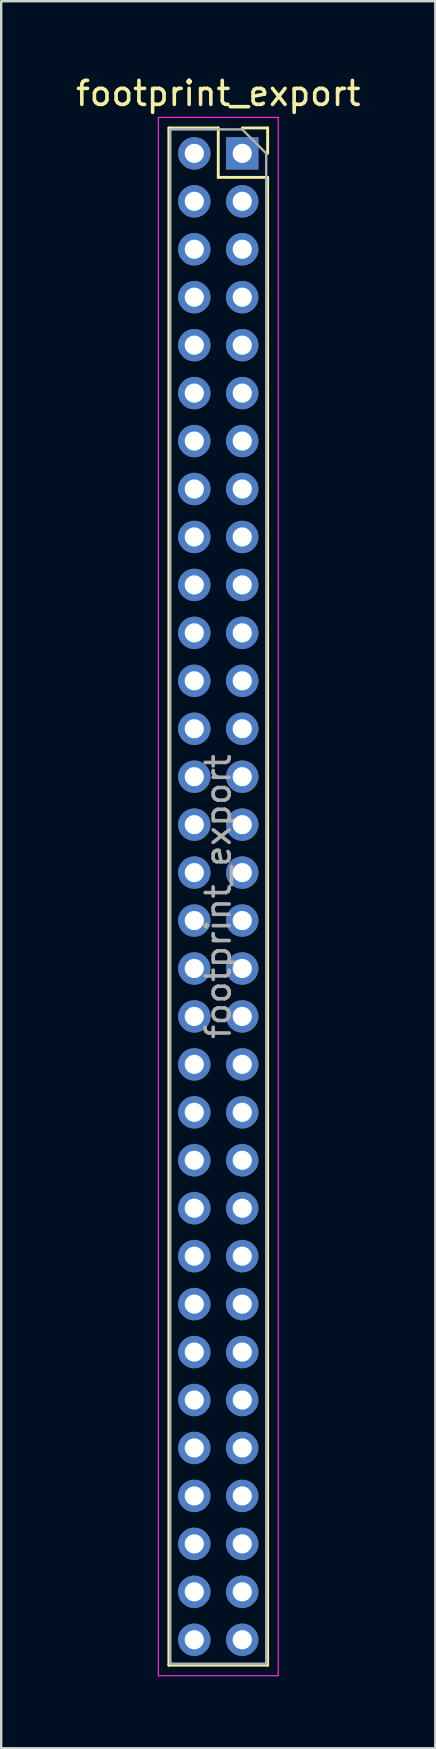
<source format=kicad_pcb>
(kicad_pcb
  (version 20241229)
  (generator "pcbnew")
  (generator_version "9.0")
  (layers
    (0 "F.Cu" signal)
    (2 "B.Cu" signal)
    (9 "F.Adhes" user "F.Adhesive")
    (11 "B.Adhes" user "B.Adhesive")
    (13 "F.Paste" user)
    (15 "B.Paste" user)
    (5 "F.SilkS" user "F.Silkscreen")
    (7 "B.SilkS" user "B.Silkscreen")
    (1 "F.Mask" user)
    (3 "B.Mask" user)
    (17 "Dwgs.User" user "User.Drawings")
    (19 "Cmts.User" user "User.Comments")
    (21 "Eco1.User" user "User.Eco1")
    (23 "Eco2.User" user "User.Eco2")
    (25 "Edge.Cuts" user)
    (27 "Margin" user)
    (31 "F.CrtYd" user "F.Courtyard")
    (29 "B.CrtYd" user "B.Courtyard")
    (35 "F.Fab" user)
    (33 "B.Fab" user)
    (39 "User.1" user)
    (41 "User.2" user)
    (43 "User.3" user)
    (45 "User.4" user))
  (footprint "footprint_export"
    (layer "F.Cu")
    (at 7.054 3.348)
    (property "Reference" "footprint_export" (at -1 -2.5 0) (layer "F.SilkS") (effects (font (size 1 1) (thickness 0.15))))
    (attr through_hole)
    (fp_line (start -3.06 -1.06) (end -3.06 63.06) (stroke (width 0.12) (type solid)) (layer "F.SilkS"))
    (fp_line (start -3.06 -1.06) (end -1 -1.06) (stroke (width 0.12) (type solid)) (layer "F.SilkS"))
    (fp_line (start -3.06 63.06) (end 1.06 63.06) (stroke (width 0.12) (type solid)) (layer "F.SilkS"))
    (fp_line (start -1 -1.06) (end -1 1) (stroke (width 0.12) (type solid)) (layer "F.SilkS"))
    (fp_line (start -1 1) (end 1.06 1) (stroke (width 0.12) (type solid)) (layer "F.SilkS"))
    (fp_line (start 0 -1.06) (end 1.06 -1.06) (stroke (width 0.12) (type solid)) (layer "F.SilkS"))
    (fp_line (start 1.06 -1.06) (end 1.06 0) (stroke (width 0.12) (type solid)) (layer "F.SilkS"))
    (fp_line (start 1.06 1) (end 1.06 63.06) (stroke (width 0.12) (type solid)) (layer "F.SilkS"))
    (fp_line (start -3.5 -1.5) (end 1.5 -1.5) (stroke (width 0.05) (type solid)) (layer "F.CrtYd"))
    (fp_line (start -3.5 63.5) (end -3.5 -1.5) (stroke (width 0.05) (type solid)) (layer "F.CrtYd"))
    (fp_line (start 1.5 -1.5) (end 1.5 63.5) (stroke (width 0.05) (type solid)) (layer "F.CrtYd"))
    (fp_line (start 1.5 63.5) (end -3.5 63.5) (stroke (width 0.05) (type solid)) (layer "F.CrtYd"))
    (fp_line (start -3 -1) (end 0 -1) (stroke (width 0.1) (type solid)) (layer "F.Fab"))
    (fp_line (start -3 63) (end -3 -1) (stroke (width 0.1) (type solid)) (layer "F.Fab"))
    (fp_line (start 0 -1) (end 1 0) (stroke (width 0.1) (type solid)) (layer "F.Fab"))
    (fp_line (start 1 0) (end 1 63) (stroke (width 0.1) (type solid)) (layer "F.Fab"))
    (fp_line (start 1 63) (end -3 63) (stroke (width 0.1) (type solid)) (layer "F.Fab"))
    (fp_text user "${REFERENCE}" (at -1 31 90) (layer "F.Fab") (effects (font (size 1 1) (thickness 0.15))))
    (pad "1" thru_hole rect (at 0 0) (size 1.35 1.35) (drill 0.8) (layers "*.Cu" "*.Mask"))
    (pad "2" thru_hole oval (at -2 0) (size 1.35 1.35) (drill 0.8) (layers "*.Cu" "*.Mask"))
    (pad "3" thru_hole oval (at 0 2) (size 1.35 1.35) (drill 0.8) (layers "*.Cu" "*.Mask"))
    (pad "4" thru_hole oval (at -2 2) (size 1.35 1.35) (drill 0.8) (layers "*.Cu" "*.Mask"))
    (pad "5" thru_hole oval (at 0 4) (size 1.35 1.35) (drill 0.8) (layers "*.Cu" "*.Mask"))
    (pad "6" thru_hole oval (at -2 4) (size 1.35 1.35) (drill 0.8) (layers "*.Cu" "*.Mask"))
    (pad "7" thru_hole oval (at 0 6) (size 1.35 1.35) (drill 0.8) (layers "*.Cu" "*.Mask"))
    (pad "8" thru_hole oval (at -2 6) (size 1.35 1.35) (drill 0.8) (layers "*.Cu" "*.Mask"))
    (pad "9" thru_hole oval (at 0 8) (size 1.35 1.35) (drill 0.8) (layers "*.Cu" "*.Mask"))
    (pad "10" thru_hole oval (at -2 8) (size 1.35 1.35) (drill 0.8) (layers "*.Cu" "*.Mask"))
    (pad "11" thru_hole oval (at 0 10) (size 1.35 1.35) (drill 0.8) (layers "*.Cu" "*.Mask"))
    (pad "12" thru_hole oval (at -2 10) (size 1.35 1.35) (drill 0.8) (layers "*.Cu" "*.Mask"))
    (pad "13" thru_hole oval (at 0 12) (size 1.35 1.35) (drill 0.8) (layers "*.Cu" "*.Mask"))
    (pad "14" thru_hole oval (at -2 12) (size 1.35 1.35) (drill 0.8) (layers "*.Cu" "*.Mask"))
    (pad "15" thru_hole oval (at 0 14) (size 1.35 1.35) (drill 0.8) (layers "*.Cu" "*.Mask"))
    (pad "16" thru_hole oval (at -2 14) (size 1.35 1.35) (drill 0.8) (layers "*.Cu" "*.Mask"))
    (pad "17" thru_hole oval (at 0 16) (size 1.35 1.35) (drill 0.8) (layers "*.Cu" "*.Mask"))
    (pad "18" thru_hole oval (at -2 16) (size 1.35 1.35) (drill 0.8) (layers "*.Cu" "*.Mask"))
    (pad "19" thru_hole oval (at 0 18) (size 1.35 1.35) (drill 0.8) (layers "*.Cu" "*.Mask"))
    (pad "20" thru_hole oval (at -2 18) (size 1.35 1.35) (drill 0.8) (layers "*.Cu" "*.Mask"))
    (pad "21" thru_hole oval (at 0 20) (size 1.35 1.35) (drill 0.8) (layers "*.Cu" "*.Mask"))
    (pad "22" thru_hole oval (at -2 20) (size 1.35 1.35) (drill 0.8) (layers "*.Cu" "*.Mask"))
    (pad "23" thru_hole oval (at 0 22) (size 1.35 1.35) (drill 0.8) (layers "*.Cu" "*.Mask"))
    (pad "24" thru_hole oval (at -2 22) (size 1.35 1.35) (drill 0.8) (layers "*.Cu" "*.Mask"))
    (pad "25" thru_hole oval (at 0 24) (size 1.35 1.35) (drill 0.8) (layers "*.Cu" "*.Mask"))
    (pad "26" thru_hole oval (at -2 24) (size 1.35 1.35) (drill 0.8) (layers "*.Cu" "*.Mask"))
    (pad "27" thru_hole oval (at 0 26) (size 1.35 1.35) (drill 0.8) (layers "*.Cu" "*.Mask"))
    (pad "28" thru_hole oval (at -2 26) (size 1.35 1.35) (drill 0.8) (layers "*.Cu" "*.Mask"))
    (pad "29" thru_hole oval (at 0 28) (size 1.35 1.35) (drill 0.8) (layers "*.Cu" "*.Mask"))
    (pad "30" thru_hole oval (at -2 28) (size 1.35 1.35) (drill 0.8) (layers "*.Cu" "*.Mask"))
    (pad "31" thru_hole oval (at 0 30) (size 1.35 1.35) (drill 0.8) (layers "*.Cu" "*.Mask"))
    (pad "32" thru_hole oval (at -2 30) (size 1.35 1.35) (drill 0.8) (layers "*.Cu" "*.Mask"))
    (pad "33" thru_hole oval (at 0 32) (size 1.35 1.35) (drill 0.8) (layers "*.Cu" "*.Mask"))
    (pad "34" thru_hole oval (at -2 32) (size 1.35 1.35) (drill 0.8) (layers "*.Cu" "*.Mask"))
    (pad "35" thru_hole oval (at 0 34) (size 1.35 1.35) (drill 0.8) (layers "*.Cu" "*.Mask"))
    (pad "36" thru_hole oval (at -2 34) (size 1.35 1.35) (drill 0.8) (layers "*.Cu" "*.Mask"))
    (pad "37" thru_hole oval (at 0 36) (size 1.35 1.35) (drill 0.8) (layers "*.Cu" "*.Mask"))
    (pad "38" thru_hole oval (at -2 36) (size 1.35 1.35) (drill 0.8) (layers "*.Cu" "*.Mask"))
    (pad "39" thru_hole oval (at 0 38) (size 1.35 1.35) (drill 0.8) (layers "*.Cu" "*.Mask"))
    (pad "40" thru_hole oval (at -2 38) (size 1.35 1.35) (drill 0.8) (layers "*.Cu" "*.Mask"))
    (pad "41" thru_hole oval (at 0 40) (size 1.35 1.35) (drill 0.8) (layers "*.Cu" "*.Mask"))
    (pad "42" thru_hole oval (at -2 40) (size 1.35 1.35) (drill 0.8) (layers "*.Cu" "*.Mask"))
    (pad "43" thru_hole oval (at 0 42) (size 1.35 1.35) (drill 0.8) (layers "*.Cu" "*.Mask"))
    (pad "44" thru_hole oval (at -2 42) (size 1.35 1.35) (drill 0.8) (layers "*.Cu" "*.Mask"))
    (pad "45" thru_hole oval (at 0 44) (size 1.35 1.35) (drill 0.8) (layers "*.Cu" "*.Mask"))
    (pad "46" thru_hole oval (at -2 44) (size 1.35 1.35) (drill 0.8) (layers "*.Cu" "*.Mask"))
    (pad "47" thru_hole oval (at 0 46) (size 1.35 1.35) (drill 0.8) (layers "*.Cu" "*.Mask"))
    (pad "48" thru_hole oval (at -2 46) (size 1.35 1.35) (drill 0.8) (layers "*.Cu" "*.Mask"))
    (pad "49" thru_hole oval (at 0 48) (size 1.35 1.35) (drill 0.8) (layers "*.Cu" "*.Mask"))
    (pad "50" thru_hole oval (at -2 48) (size 1.35 1.35) (drill 0.8) (layers "*.Cu" "*.Mask"))
    (pad "51" thru_hole oval (at 0 50) (size 1.35 1.35) (drill 0.8) (layers "*.Cu" "*.Mask"))
    (pad "52" thru_hole oval (at -2 50) (size 1.35 1.35) (drill 0.8) (layers "*.Cu" "*.Mask"))
    (pad "53" thru_hole oval (at 0 52) (size 1.35 1.35) (drill 0.8) (layers "*.Cu" "*.Mask"))
    (pad "54" thru_hole oval (at -2 52) (size 1.35 1.35) (drill 0.8) (layers "*.Cu" "*.Mask"))
    (pad "55" thru_hole oval (at 0 54) (size 1.35 1.35) (drill 0.8) (layers "*.Cu" "*.Mask"))
    (pad "56" thru_hole oval (at -2 54) (size 1.35 1.35) (drill 0.8) (layers "*.Cu" "*.Mask"))
    (pad "57" thru_hole oval (at 0 56) (size 1.35 1.35) (drill 0.8) (layers "*.Cu" "*.Mask"))
    (pad "58" thru_hole oval (at -2 56) (size 1.35 1.35) (drill 0.8) (layers "*.Cu" "*.Mask"))
    (pad "59" thru_hole oval (at 0 58) (size 1.35 1.35) (drill 0.8) (layers "*.Cu" "*.Mask"))
    (pad "60" thru_hole oval (at -2 58) (size 1.35 1.35) (drill 0.8) (layers "*.Cu" "*.Mask"))
    (pad "61" thru_hole oval (at 0 60) (size 1.35 1.35) (drill 0.8) (layers "*.Cu" "*.Mask"))
    (pad "62" thru_hole oval (at -2 60) (size 1.35 1.35) (drill 0.8) (layers "*.Cu" "*.Mask"))
    (pad "63" thru_hole oval (at 0 62) (size 1.35 1.35) (drill 0.8) (layers "*.Cu" "*.Mask"))
    (pad "64" thru_hole oval (at -2 62) (size 1.35 1.35) (drill 0.8) (layers "*.Cu" "*.Mask")))
  (gr_rect
    (start -3 -3)
    (end 15.107 69.873)
    (stroke (width 0.1) (type default))
    (fill no)
    (layer "Edge.Cuts")))
</source>
